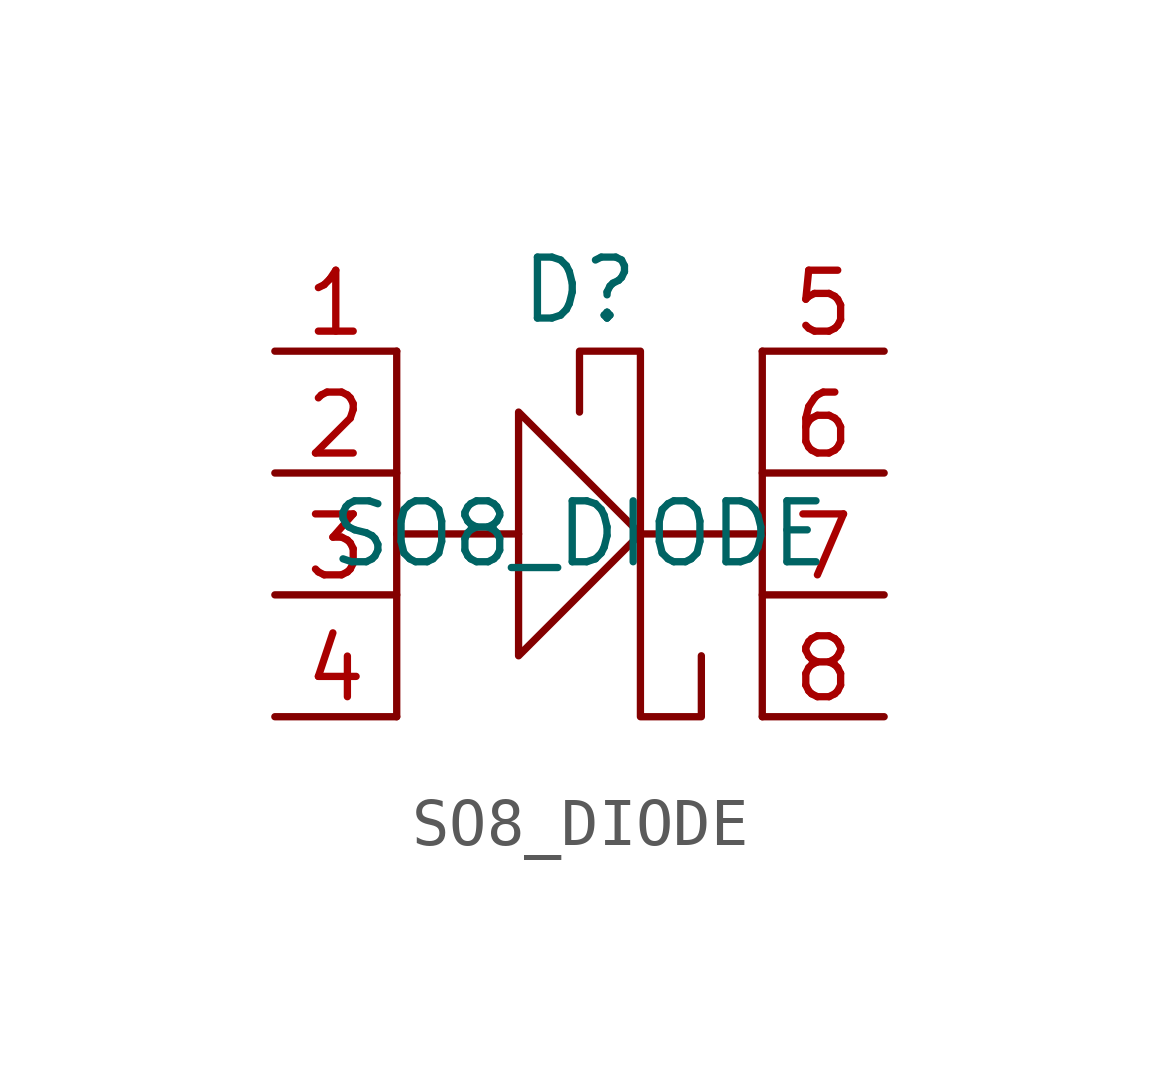
<source format=kicad_sym>
(kicad_symbol_lib
  (version 20220914)
  (generator kicad_symbol_editor)
  (symbol "SO8_DIODE"
    (property "Reference" "D"
      (at 0 5.08 0)
      (effects (font (size 1.27 1.27))))
    (property "Value" "SO8_DIODE"
      (at 0 0 0)
      (effects (font (size 1.27 1.27))))
    (symbol "SO8_DIODE_0_1"
      (polyline (pts (xy -1.27 0) (xy -3.81 0)) (stroke (width 0) (type default)) (fill (type none)))
      (polyline (pts (xy 1.27 0) (xy 3.81 0)) (stroke (width 0) (type default)) (fill (type none)))
      (polyline (pts (xy 3.81 3.81) (xy 3.81 -3.81)) (stroke (width 0) (type default)) (fill (type none)))
      (polyline (pts (xy -3.81 3.81) (xy -3.81 1.27) (xy -3.81 -3.81)) (stroke (width 0) (type default)) (fill (type none)))
      (polyline (pts (xy -1.27 2.54) (xy 1.27 0) (xy -1.27 -2.54) (xy -1.27 2.54)) (stroke (width 0) (type default)) (fill (type none)))
      (polyline (pts (xy 2.54 -2.54) (xy 2.54 -3.81) (xy 1.27 -3.81) (xy 1.27 3.81) (xy 0 3.81) (xy 0 2.54)) (stroke (width 0) (type default)) (fill (type none))))
    (symbol "SO8_DIODE_1_1"
      (pin input line (at -6.35 3.81 0) (length 2.54) (name "" (effects (font (size 1.27 1.27)))) (number "1" (effects (font (size 1.27 1.27)))))
      (pin input line (at -6.35 1.27 0) (length 2.54) (name "" (effects (font (size 1.27 1.27)))) (number "2" (effects (font (size 1.27 1.27)))))
      (pin input line (at -6.35 -1.27 0) (length 2.54) (name "" (effects (font (size 1.27 1.27)))) (number "3" (effects (font (size 1.27 1.27)))))
      (pin input line (at -6.35 -3.81 0) (length 2.54) (name "" (effects (font (size 1.27 1.27)))) (number "4" (effects (font (size 1.27 1.27)))))
      (pin input line (at 6.35 3.81 180) (length 2.54) (name "" (effects (font (size 1.27 1.27)))) (number "5" (effects (font (size 1.27 1.27)))))
      (pin input line (at 6.35 1.27 180) (length 2.54) (name "" (effects (font (size 1.27 1.27)))) (number "6" (effects (font (size 1.27 1.27)))))
      (pin input line (at 6.35 -1.27 180) (length 2.54) (name "" (effects (font (size 1.27 1.27)))) (number "7" (effects (font (size 1.27 1.27)))))
      (pin input line (at 6.35 -3.81 180) (length 2.54) (name "" (effects (font (size 1.27 1.27)))) (number "8" (effects (font (size 1.27 1.27))))))))
</source>
